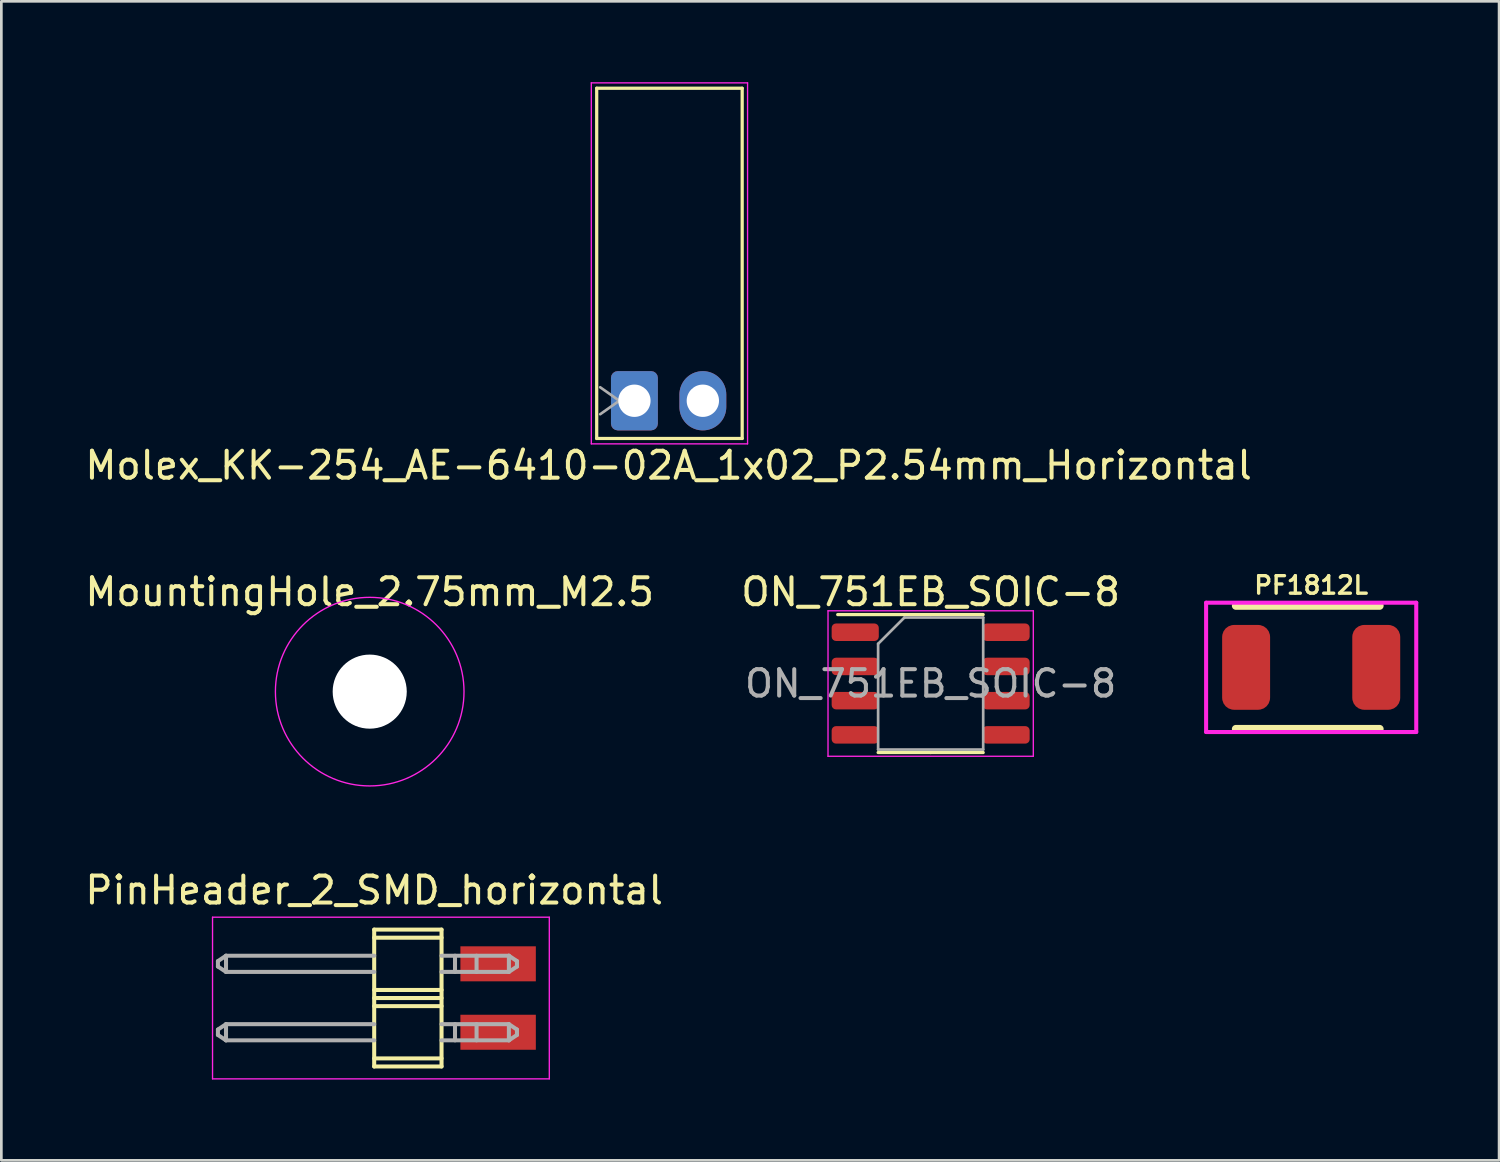
<source format=kicad_pcb>
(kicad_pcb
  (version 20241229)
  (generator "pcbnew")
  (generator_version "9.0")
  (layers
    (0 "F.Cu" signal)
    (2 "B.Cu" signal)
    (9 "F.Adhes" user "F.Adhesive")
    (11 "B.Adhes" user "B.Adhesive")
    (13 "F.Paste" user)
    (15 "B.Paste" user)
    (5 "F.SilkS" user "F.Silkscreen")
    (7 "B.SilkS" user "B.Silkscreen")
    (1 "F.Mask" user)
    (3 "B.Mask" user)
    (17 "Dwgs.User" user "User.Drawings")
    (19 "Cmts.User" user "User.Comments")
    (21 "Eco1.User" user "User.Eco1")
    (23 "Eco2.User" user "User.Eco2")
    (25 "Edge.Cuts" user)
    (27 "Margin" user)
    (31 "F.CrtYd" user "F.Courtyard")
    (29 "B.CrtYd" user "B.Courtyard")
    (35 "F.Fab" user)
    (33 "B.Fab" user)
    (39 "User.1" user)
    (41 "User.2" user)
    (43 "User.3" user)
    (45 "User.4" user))
  (footprint "PinHeader_2_SMD_horizontal"
    (layer "F.Cu")
    (at 10.839 33.995)
    (property "Reference" "PinHeader_2_SMD_horizontal" (at 0 -4 0) (layer "F.SilkS") (effects (font (size 1 1) (thickness 0.15))))
    (attr through_hole)
    (fp_line (start 0 -2.54) (end 0 2.54) (stroke (width 0.15) (type solid)) (layer "F.SilkS"))
    (fp_line (start 2.5 -2.54) (end 0 -2.54) (stroke (width 0.15) (type solid)) (layer "F.SilkS"))
    (fp_line (start 2.5 -2.24) (end 0 -2.24) (stroke (width 0.15) (type solid)) (layer "F.SilkS"))
    (fp_line (start 2.5 -0.3) (end 0 -0.3) (stroke (width 0.15) (type solid)) (layer "F.SilkS"))
    (fp_line (start 2.5 0) (end 0 0) (stroke (width 0.15) (type solid)) (layer "F.SilkS"))
    (fp_line (start 2.5 0.3) (end 0 0.3) (stroke (width 0.15) (type solid)) (layer "F.SilkS"))
    (fp_line (start 2.5 2.24) (end 0 2.24) (stroke (width 0.15) (type solid)) (layer "F.SilkS"))
    (fp_line (start 2.5 2.54) (end 0 2.54) (stroke (width 0.15) (type solid)) (layer "F.SilkS"))
    (fp_line (start 2.5 2.54) (end 2.5 -2.54) (stroke (width 0.15) (type solid)) (layer "F.SilkS"))
    (fp_line (start -6 -3) (end -6 3) (stroke (width 0.05) (type solid)) (layer "F.CrtYd"))
    (fp_line (start 6.5 -3) (end -6 -3) (stroke (width 0.05) (type solid)) (layer "F.CrtYd"))
    (fp_line (start 6.5 3) (end -6 3) (stroke (width 0.05) (type solid)) (layer "F.CrtYd"))
    (fp_line (start 6.5 3) (end 6.5 -3) (stroke (width 0.05) (type solid)) (layer "F.CrtYd"))
    (fp_line (start -5.8 -1.37) (end -5.8 -1.17) (stroke (width 0.15) (type solid)) (layer "F.Fab"))
    (fp_line (start -5.8 -1.37) (end -5.5 -1.57) (stroke (width 0.15) (type solid)) (layer "F.Fab"))
    (fp_line (start -5.8 -1.17) (end -5.5 -0.97) (stroke (width 0.15) (type solid)) (layer "F.Fab"))
    (fp_line (start -5.8 1.17) (end -5.8 1.37) (stroke (width 0.15) (type solid)) (layer "F.Fab"))
    (fp_line (start -5.8 1.17) (end -5.5 0.97) (stroke (width 0.15) (type solid)) (layer "F.Fab"))
    (fp_line (start -5.8 1.37) (end -5.5 1.57) (stroke (width 0.15) (type solid)) (layer "F.Fab"))
    (fp_line (start -5.5 -1.57) (end -5.5 -0.97) (stroke (width 0.15) (type solid)) (layer "F.Fab"))
    (fp_line (start -5.5 -0.97) (end 0 -0.97) (stroke (width 0.15) (type solid)) (layer "F.Fab"))
    (fp_line (start -5.5 0.97) (end -5.5 1.57) (stroke (width 0.15) (type solid)) (layer "F.Fab"))
    (fp_line (start -5.5 1.57) (end 0 1.57) (stroke (width 0.15) (type solid)) (layer "F.Fab"))
    (fp_line (start 0 -1.57) (end -5.5 -1.57) (stroke (width 0.15) (type solid)) (layer "F.Fab"))
    (fp_line (start 0 0.97) (end -5.5 0.97) (stroke (width 0.15) (type solid)) (layer "F.Fab"))
    (fp_line (start 3 -1.57) (end 3 -0.97) (stroke (width 0.15) (type solid)) (layer "F.Fab"))
    (fp_line (start 3 0.97) (end 3 1.57) (stroke (width 0.15) (type solid)) (layer "F.Fab"))
    (fp_line (start 3.8 -1.57) (end 3.8 -0.97) (stroke (width 0.15) (type solid)) (layer "F.Fab"))
    (fp_line (start 3.8 0.97) (end 3.8 1.57) (stroke (width 0.15) (type solid)) (layer "F.Fab"))
    (fp_line (start 5 -1.57) (end 2.5 -1.57) (stroke (width 0.15) (type solid)) (layer "F.Fab"))
    (fp_line (start 5 -1.57) (end 5 -0.97) (stroke (width 0.15) (type solid)) (layer "F.Fab"))
    (fp_line (start 5 -0.97) (end 2.5 -0.97) (stroke (width 0.15) (type solid)) (layer "F.Fab"))
    (fp_line (start 5 0.97) (end 2.5 0.97) (stroke (width 0.15) (type solid)) (layer "F.Fab"))
    (fp_line (start 5 0.97) (end 5 1.57) (stroke (width 0.15) (type solid)) (layer "F.Fab"))
    (fp_line (start 5 1.57) (end 2.5 1.57) (stroke (width 0.15) (type solid)) (layer "F.Fab"))
    (fp_line (start 5.3 -1.37) (end 5 -1.57) (stroke (width 0.15) (type solid)) (layer "F.Fab"))
    (fp_line (start 5.3 -1.37) (end 5.3 -1.17) (stroke (width 0.15) (type solid)) (layer "F.Fab"))
    (fp_line (start 5.3 -1.17) (end 5 -0.97) (stroke (width 0.15) (type solid)) (layer "F.Fab"))
    (fp_line (start 5.3 1.17) (end 5 0.97) (stroke (width 0.15) (type solid)) (layer "F.Fab"))
    (fp_line (start 5.3 1.17) (end 5.3 1.37) (stroke (width 0.15) (type solid)) (layer "F.Fab"))
    (fp_line (start 5.3 1.37) (end 5 1.57) (stroke (width 0.15) (type solid)) (layer "F.Fab"))
    (pad "1" smd rect (at 4.6 1.27) (size 2.8 1.3) (layers "F.Cu" "F.Mask" "F.Paste"))
    (pad "2" smd rect (at 4.6 -1.27) (size 2.8 1.3) (layers "F.Cu" "F.Mask" "F.Paste")))
  (footprint "Molex_KK-254_AE-6410-02A_1x02_P2.54mm_Horizontal"
    (layer "F.Cu")
    (at 20.498 11.825)
    (property "Reference" "Molex_KK-254_AE-6410-02A_1x02_P2.54mm_Horizontal" (at 1.27 2.4 0) (layer "F.SilkS") (effects (font (size 1 1) (thickness 0.15))))
    (attr through_hole)
    (fp_line (start -1.4 -11.6) (end -1.4 1.4) (stroke (width 0.12) (type solid)) (layer "F.SilkS"))
    (fp_line (start -1.4 1.4) (end 4 1.4) (stroke (width 0.12) (type solid)) (layer "F.SilkS"))
    (fp_line (start 4 -11.6) (end -1.4 -11.6) (stroke (width 0.12) (type solid)) (layer "F.SilkS"))
    (fp_line (start 4 1.4) (end 4 -11.6) (stroke (width 0.12) (type solid)) (layer "F.SilkS"))
    (fp_line (start -1.6 -11.8) (end -1.6 1.6) (stroke (width 0.05) (type solid)) (layer "F.CrtYd"))
    (fp_line (start -1.6 1.6) (end 4.2 1.6) (stroke (width 0.05) (type solid)) (layer "F.CrtYd"))
    (fp_line (start 4.2 -11.8) (end -1.6 -11.8) (stroke (width 0.05) (type solid)) (layer "F.CrtYd"))
    (fp_line (start 4.2 1.6) (end 4.2 -11.8) (stroke (width 0.05) (type solid)) (layer "F.CrtYd"))
    (fp_line (start -1.27 -0.5) (end -0.563 0) (stroke (width 0.1) (type solid)) (layer "F.Fab"))
    (fp_line (start -0.563 0) (end -1.27 0.5) (stroke (width 0.1) (type solid)) (layer "F.Fab"))
    (pad "1" thru_hole roundrect (at 0 0) (size 1.74 2.2) (drill 1.2) (layers "*.Cu" "*.Mask") (roundrect_rratio 0.144))
    (pad "2" thru_hole oval (at 2.54 0) (size 1.74 2.2) (drill 1.2) (layers "*.Cu" "*.Mask")))
  (footprint "PF1812L"
    (layer "F.Cu")
    (at 45.618 21.721)
    (property "Reference" "PF1812L" (at 0 -3.048 0) (layer "F.SilkS") (effects (font (size 0.65 0.65) (thickness 0.125))))
    (attr through_hole)
    (fp_line (start -2.794 -2.286) (end 2.54 -2.286) (stroke (width 0.3) (type solid)) (layer "F.SilkS"))
    (fp_line (start -2.794 2.286) (end 2.54 2.286) (stroke (width 0.3) (type solid)) (layer "F.SilkS"))
    (fp_line (start -3.9 -2.4) (end 3.9 -2.4) (stroke (width 0.15) (type solid)) (layer "F.CrtYd"))
    (fp_line (start -3.9 2.4) (end -3.9 -2.4) (stroke (width 0.15) (type solid)) (layer "F.CrtYd"))
    (fp_line (start 3.9 -2.4) (end 3.9 2.4) (stroke (width 0.15) (type solid)) (layer "F.CrtYd"))
    (fp_line (start 3.9 2.4) (end -3.9 2.4) (stroke (width 0.15) (type solid)) (layer "F.CrtYd"))
    (pad "1" smd roundrect (at -2.415 0) (size 1.78 3.15) (layers "F.Cu" "F.Mask" "F.Paste") (roundrect_rratio 0.25))
    (pad "2" smd roundrect (at 2.415 0) (size 1.78 3.15) (layers "F.Cu" "F.Mask" "F.Paste") (roundrect_rratio 0.25)))
  (footprint "MountingHole_2.75mm_M2.5"
    (layer "F.Cu")
    (at 10.673 22.622)
    (property "Reference" "MountingHole_2.75mm_M2.5" (at 0 -3.7 0) (layer "F.SilkS") (effects (font (size 1 1) (thickness 0.15))))
    (attr through_hole)
    (fp_circle (center 0 0) (end 3.5 0) (stroke (width 0.05) (type solid)) (fill no) (layer "F.CrtYd"))
    (pad "" smd circle (at 0 0) (size 2.7 2.7) (layers "F.Cu" "F.Mask"))
    (pad "" smd circle (at 0 0) (size 2.7 2.7) (layers "B.Cu" "B.Mask"))
    (pad "" np_thru_hole circle (at 0 0) (size 2.75 2.75) (drill 2.75) (layers "*.Cu" "*.Mask")))
  (footprint "ON_751EB_SOIC-8"
    (layer "F.Cu")
    (at 31.494 22.322)
    (property "Reference" "ON_751EB_SOIC-8" (at 0 -3.4 0) (layer "F.SilkS") (effects (font (size 1 1) (thickness 0.15))))
    (attr smd)
    (fp_line (start 0 -2.56) (end -3.45 -2.56) (stroke (width 0.12) (type solid)) (layer "F.SilkS"))
    (fp_line (start 0 -2.56) (end 1.95 -2.56) (stroke (width 0.12) (type solid)) (layer "F.SilkS"))
    (fp_line (start 0 2.56) (end -1.95 2.56) (stroke (width 0.12) (type solid)) (layer "F.SilkS"))
    (fp_line (start 0 2.56) (end 1.95 2.56) (stroke (width 0.12) (type solid)) (layer "F.SilkS"))
    (fp_line (start -3.81 -2.7) (end -3.81 2.7) (stroke (width 0.05) (type solid)) (layer "F.CrtYd"))
    (fp_line (start -3.81 2.7) (end 3.81 2.7) (stroke (width 0.05) (type solid)) (layer "F.CrtYd"))
    (fp_line (start 3.81 -2.7) (end -3.81 -2.7) (stroke (width 0.05) (type solid)) (layer "F.CrtYd"))
    (fp_line (start 3.81 2.7) (end 3.81 -2.7) (stroke (width 0.05) (type solid)) (layer "F.CrtYd"))
    (fp_line (start -1.95 -1.475) (end -0.975 -2.45) (stroke (width 0.1) (type solid)) (layer "F.Fab"))
    (fp_line (start -1.95 2.45) (end -1.95 -1.475) (stroke (width 0.1) (type solid)) (layer "F.Fab"))
    (fp_line (start -0.975 -2.45) (end 1.95 -2.45) (stroke (width 0.1) (type solid)) (layer "F.Fab"))
    (fp_line (start 1.95 -2.45) (end 1.95 2.45) (stroke (width 0.1) (type solid)) (layer "F.Fab"))
    (fp_line (start 1.95 2.45) (end -1.95 2.45) (stroke (width 0.1) (type solid)) (layer "F.Fab"))
    (fp_text user "${REFERENCE}" (at 0 0 0) (layer "F.Fab") (effects (font (size 0.98 0.98) (thickness 0.15))))
    (pad "1" smd roundrect (at -2.8 -1.905) (size 1.75 0.65) (layers "F.Cu" "F.Mask" "F.Paste") (roundrect_rratio 0.25))
    (pad "2" smd roundrect (at -2.8 -0.635) (size 1.75 0.65) (layers "F.Cu" "F.Mask" "F.Paste") (roundrect_rratio 0.25))
    (pad "3" smd roundrect (at -2.8 0.635) (size 1.75 0.65) (layers "F.Cu" "F.Mask" "F.Paste") (roundrect_rratio 0.25))
    (pad "4" smd roundrect (at -2.8 1.905) (size 1.75 0.65) (layers "F.Cu" "F.Mask" "F.Paste") (roundrect_rratio 0.25))
    (pad "5" smd roundrect (at 2.8 1.905) (size 1.75 0.65) (layers "F.Cu" "F.Mask" "F.Paste") (roundrect_rratio 0.25))
    (pad "6" smd roundrect (at 2.8 0.635) (size 1.75 0.65) (layers "F.Cu" "F.Mask" "F.Paste") (roundrect_rratio 0.25))
    (pad "7" smd roundrect (at 2.8 -0.635) (size 1.75 0.65) (layers "F.Cu" "F.Mask" "F.Paste") (roundrect_rratio 0.25))
    (pad "8" smd roundrect (at 2.8 -1.905) (size 1.75 0.65) (layers "F.Cu" "F.Mask" "F.Paste") (roundrect_rratio 0.25)))
  (gr_rect
    (start -3 -3)
    (end 52.593 40.02)
    (stroke (width 0.1) (type default))
    (fill no)
    (layer "Edge.Cuts")))
</source>
